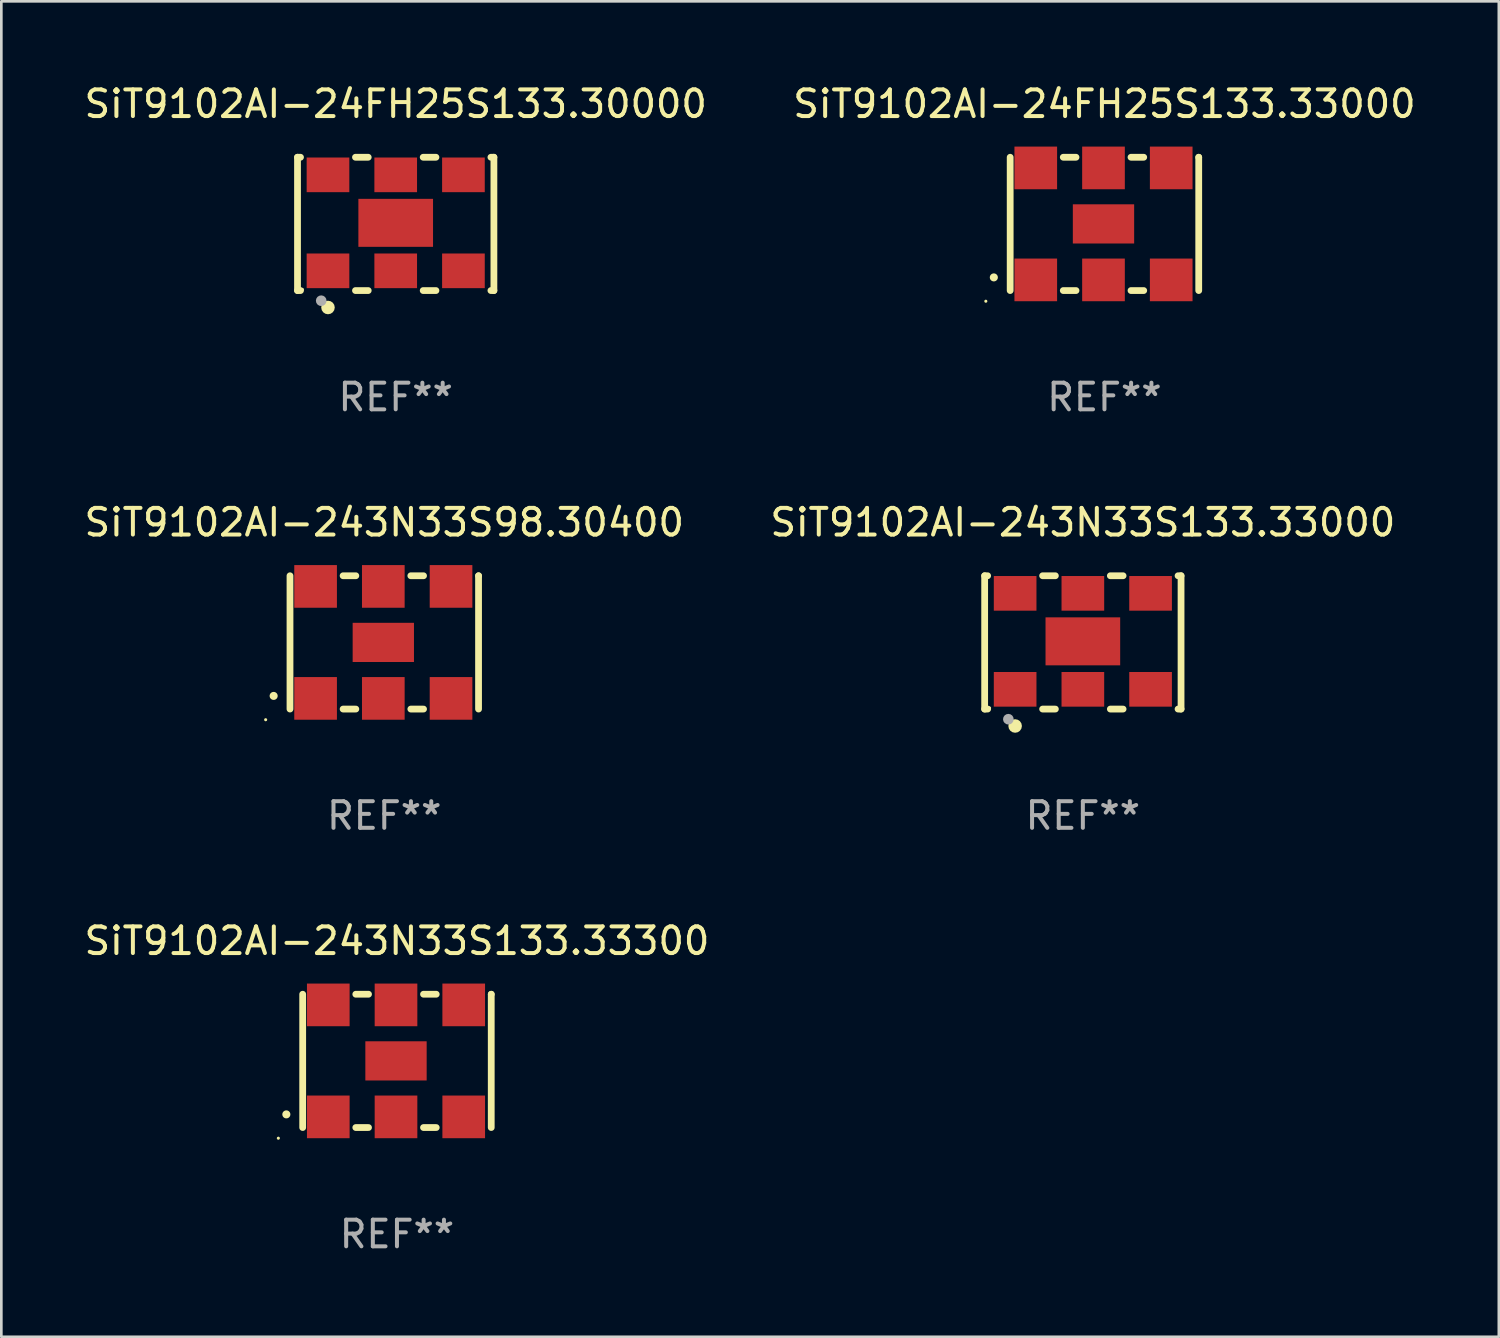
<source format=kicad_pcb>
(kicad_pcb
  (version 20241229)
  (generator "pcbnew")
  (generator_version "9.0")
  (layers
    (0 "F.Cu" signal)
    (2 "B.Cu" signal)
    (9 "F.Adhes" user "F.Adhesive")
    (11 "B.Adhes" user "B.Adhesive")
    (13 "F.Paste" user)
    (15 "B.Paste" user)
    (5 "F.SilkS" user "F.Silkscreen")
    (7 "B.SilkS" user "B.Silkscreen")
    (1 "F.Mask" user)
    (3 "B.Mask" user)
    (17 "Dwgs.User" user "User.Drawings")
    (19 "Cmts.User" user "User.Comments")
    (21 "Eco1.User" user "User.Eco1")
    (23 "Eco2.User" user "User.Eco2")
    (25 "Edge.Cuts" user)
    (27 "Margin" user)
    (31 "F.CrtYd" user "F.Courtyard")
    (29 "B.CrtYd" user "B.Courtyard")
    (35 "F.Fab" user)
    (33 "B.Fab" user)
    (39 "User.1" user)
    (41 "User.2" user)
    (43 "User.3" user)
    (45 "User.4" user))
  (footprint "SiT9102AI-24FH25S133.30000"
    (layer "F.Cu")
    (at 11.792 5.348)
    (property "Reference" "SiT9102AI-24FH25S133.30000" (at 0 -4.5 0) (layer "F.SilkS") (effects (font (size 1 1) (thickness 0.15))))
    (attr through_hole)
    (fp_line (start -3.683 -2.5) (end -3.571 -2.5) (stroke (width 0.254) (type solid)) (layer "F.SilkS"))
    (fp_line (start -3.683 2.5) (end -3.683 -2.5) (stroke (width 0.254) (type solid)) (layer "F.SilkS"))
    (fp_line (start -3.683 2.5) (end -3.571 2.5) (stroke (width 0.254) (type solid)) (layer "F.SilkS"))
    (fp_line (start -1.509 -2.5) (end -1.031 -2.5) (stroke (width 0.254) (type solid)) (layer "F.SilkS"))
    (fp_line (start -1.509 2.5) (end -1.031 2.5) (stroke (width 0.254) (type solid)) (layer "F.SilkS"))
    (fp_line (start 1.031 -2.5) (end 1.509 -2.5) (stroke (width 0.254) (type solid)) (layer "F.SilkS"))
    (fp_line (start 1.031 2.5) (end 1.509 2.5) (stroke (width 0.254) (type solid)) (layer "F.SilkS"))
    (fp_line (start 3.571 -2.5) (end 3.683 -2.5) (stroke (width 0.254) (type solid)) (layer "F.SilkS"))
    (fp_line (start 3.571 2.5) (end 3.683 2.5) (stroke (width 0.254) (type solid)) (layer "F.SilkS"))
    (fp_line (start 3.683 2.5) (end 3.683 -2.5) (stroke (width 0.254) (type solid)) (layer "F.SilkS"))
    (fp_circle (center -3.5 2.46) (end -3.47 2.46) (stroke (width 0.06) (type solid)) (fill no) (layer "F.SilkS"))
    (fp_circle (center -2.54 3.135) (end -2.413 3.135) (stroke (width 0.254) (type solid)) (fill no) (layer "F.SilkS"))
    (fp_circle (center -2.794 2.881) (end -2.694 2.881) (stroke (width 0.2) (type solid)) (fill no) (layer "F.Fab"))
    (fp_text user "REF**" (at 0 6.5 0) (layer "F.Fab") (effects (font (size 1 1) (thickness 0.15))))
    (pad "1" smd rect (at -2.54 1.76) (size 1.6 1.3) (layers "F.Cu" "F.Mask" "F.Paste"))
    (pad "2" smd rect (at 0 1.76) (size 1.6 1.3) (layers "F.Cu" "F.Mask" "F.Paste"))
    (pad "3" smd rect (at 2.54 1.76) (size 1.6 1.3) (layers "F.Cu" "F.Mask" "F.Paste"))
    (pad "4" smd rect (at 2.54 -1.84) (size 1.6 1.3) (layers "F.Cu" "F.Mask" "F.Paste"))
    (pad "5" smd rect (at 0 -1.84) (size 1.6 1.3) (layers "F.Cu" "F.Mask" "F.Paste"))
    (pad "6" smd rect (at -2.54 -1.84) (size 1.6 1.3) (layers "F.Cu" "F.Mask" "F.Paste"))
    (pad "7" smd rect (at 0 -0.04) (size 2.8 1.8) (layers "F.Cu" "F.Mask" "F.Paste")))
  (footprint "SiT9102AI-24FH25S133.33000"
    (layer "F.Cu")
    (at 38.375 5.348)
    (property "Reference" "SiT9102AI-24FH25S133.33000" (at 0 -4.5 0) (layer "F.SilkS") (effects (font (size 1 1) (thickness 0.15))))
    (attr through_hole)
    (fp_line (start -3.536 -2.5) (end -3.536 2.5) (stroke (width 0.254) (type solid)) (layer "F.SilkS"))
    (fp_line (start -1.544 2.5) (end -1.067 2.5) (stroke (width 0.254) (type solid)) (layer "F.SilkS"))
    (fp_line (start -1.067 -2.5) (end -1.544 -2.5) (stroke (width 0.254) (type solid)) (layer "F.SilkS"))
    (fp_line (start 0.996 2.5) (end 1.473 2.5) (stroke (width 0.254) (type solid)) (layer "F.SilkS"))
    (fp_line (start 1.473 -2.5) (end 0.996 -2.5) (stroke (width 0.254) (type solid)) (layer "F.SilkS"))
    (fp_line (start 3.536 -2.5) (end 3.536 -2.5) (stroke (width 0.254) (type solid)) (layer "F.SilkS"))
    (fp_line (start 3.536 2.5) (end 3.536 -2.5) (stroke (width 0.254) (type solid)) (layer "F.SilkS"))
    (fp_arc (start -4.150432 2.006604) (mid -4.149162 2.006599) (end -4.147892 2.006604) (stroke (width 0.3) (type solid)) (layer "F.SilkS"))
    (fp_circle (center -4.449 2.9) (end -4.419 2.9) (stroke (width 0.06) (type solid)) (fill no) (layer "F.SilkS"))
    (fp_text user "REF**" (at 0 6.5 0) (layer "F.Fab") (effects (font (size 1 1) (thickness 0.15))))
    (pad "1" smd rect (at -2.576 2.1) (size 1.6 1.6) (layers "F.Cu" "F.Mask" "F.Paste"))
    (pad "2" smd rect (at -0.036 2.1) (size 1.6 1.6) (layers "F.Cu" "F.Mask" "F.Paste"))
    (pad "3" smd rect (at 2.504 2.1) (size 1.6 1.6) (layers "F.Cu" "F.Mask" "F.Paste"))
    (pad "4" smd rect (at 2.504 -2.1) (size 1.6 1.6) (layers "F.Cu" "F.Mask" "F.Paste"))
    (pad "5" smd rect (at -0.036 -2.1) (size 1.6 1.6) (layers "F.Cu" "F.Mask" "F.Paste"))
    (pad "6" smd rect (at -2.576 -2.1) (size 1.6 1.6) (layers "F.Cu" "F.Mask" "F.Paste"))
    (pad "7" smd rect (at -0.036 0) (size 2.3 1.47) (layers "F.Cu" "F.Mask" "F.Paste")))
  (footprint "SiT9102AI-243N33S98.30400"
    (layer "F.Cu")
    (at 11.363 21.045)
    (property "Reference" "SiT9102AI-243N33S98.30400" (at 0 -4.5 0) (layer "F.SilkS") (effects (font (size 1 1) (thickness 0.15))))
    (attr through_hole)
    (fp_line (start -3.536 -2.5) (end -3.536 2.5) (stroke (width 0.254) (type solid)) (layer "F.SilkS"))
    (fp_line (start -1.544 2.5) (end -1.067 2.5) (stroke (width 0.254) (type solid)) (layer "F.SilkS"))
    (fp_line (start -1.067 -2.5) (end -1.544 -2.5) (stroke (width 0.254) (type solid)) (layer "F.SilkS"))
    (fp_line (start 0.996 2.5) (end 1.473 2.5) (stroke (width 0.254) (type solid)) (layer "F.SilkS"))
    (fp_line (start 1.473 -2.5) (end 0.996 -2.5) (stroke (width 0.254) (type solid)) (layer "F.SilkS"))
    (fp_line (start 3.536 -2.5) (end 3.536 -2.5) (stroke (width 0.254) (type solid)) (layer "F.SilkS"))
    (fp_line (start 3.536 2.5) (end 3.536 -2.5) (stroke (width 0.254) (type solid)) (layer "F.SilkS"))
    (fp_arc (start -4.150432 2.006604) (mid -4.149162 2.006599) (end -4.147892 2.006604) (stroke (width 0.3) (type solid)) (layer "F.SilkS"))
    (fp_circle (center -4.449 2.9) (end -4.419 2.9) (stroke (width 0.06) (type solid)) (fill no) (layer "F.SilkS"))
    (fp_text user "REF**" (at 0 6.5 0) (layer "F.Fab") (effects (font (size 1 1) (thickness 0.15))))
    (pad "1" smd rect (at -2.576 2.1) (size 1.6 1.6) (layers "F.Cu" "F.Mask" "F.Paste"))
    (pad "2" smd rect (at -0.036 2.1) (size 1.6 1.6) (layers "F.Cu" "F.Mask" "F.Paste"))
    (pad "3" smd rect (at 2.504 2.1) (size 1.6 1.6) (layers "F.Cu" "F.Mask" "F.Paste"))
    (pad "4" smd rect (at 2.504 -2.1) (size 1.6 1.6) (layers "F.Cu" "F.Mask" "F.Paste"))
    (pad "5" smd rect (at -0.036 -2.1) (size 1.6 1.6) (layers "F.Cu" "F.Mask" "F.Paste"))
    (pad "6" smd rect (at -2.576 -2.1) (size 1.6 1.6) (layers "F.Cu" "F.Mask" "F.Paste"))
    (pad "7" smd rect (at -0.036 0) (size 2.3 1.47) (layers "F.Cu" "F.Mask" "F.Paste")))
  (footprint "SiT9102AI-243N33S133.33300"
    (layer "F.Cu")
    (at 11.839 36.741)
    (property "Reference" "SiT9102AI-243N33S133.33300" (at 0 -4.5 0) (layer "F.SilkS") (effects (font (size 1 1) (thickness 0.15))))
    (attr through_hole)
    (fp_line (start -3.536 -2.5) (end -3.536 2.5) (stroke (width 0.254) (type solid)) (layer "F.SilkS"))
    (fp_line (start -1.544 2.5) (end -1.067 2.5) (stroke (width 0.254) (type solid)) (layer "F.SilkS"))
    (fp_line (start -1.067 -2.5) (end -1.544 -2.5) (stroke (width 0.254) (type solid)) (layer "F.SilkS"))
    (fp_line (start 0.996 2.5) (end 1.473 2.5) (stroke (width 0.254) (type solid)) (layer "F.SilkS"))
    (fp_line (start 1.473 -2.5) (end 0.996 -2.5) (stroke (width 0.254) (type solid)) (layer "F.SilkS"))
    (fp_line (start 3.536 -2.5) (end 3.536 -2.5) (stroke (width 0.254) (type solid)) (layer "F.SilkS"))
    (fp_line (start 3.536 2.5) (end 3.536 -2.5) (stroke (width 0.254) (type solid)) (layer "F.SilkS"))
    (fp_arc (start -4.150432 2.006604) (mid -4.149162 2.006599) (end -4.147892 2.006604) (stroke (width 0.3) (type solid)) (layer "F.SilkS"))
    (fp_circle (center -4.449 2.9) (end -4.419 2.9) (stroke (width 0.06) (type solid)) (fill no) (layer "F.SilkS"))
    (fp_text user "REF**" (at 0 6.5 0) (layer "F.Fab") (effects (font (size 1 1) (thickness 0.15))))
    (pad "1" smd rect (at -2.576 2.1) (size 1.6 1.6) (layers "F.Cu" "F.Mask" "F.Paste"))
    (pad "2" smd rect (at -0.036 2.1) (size 1.6 1.6) (layers "F.Cu" "F.Mask" "F.Paste"))
    (pad "3" smd rect (at 2.504 2.1) (size 1.6 1.6) (layers "F.Cu" "F.Mask" "F.Paste"))
    (pad "4" smd rect (at 2.504 -2.1) (size 1.6 1.6) (layers "F.Cu" "F.Mask" "F.Paste"))
    (pad "5" smd rect (at -0.036 -2.1) (size 1.6 1.6) (layers "F.Cu" "F.Mask" "F.Paste"))
    (pad "6" smd rect (at -2.576 -2.1) (size 1.6 1.6) (layers "F.Cu" "F.Mask" "F.Paste"))
    (pad "7" smd rect (at -0.036 0) (size 2.3 1.47) (layers "F.Cu" "F.Mask" "F.Paste")))
  (footprint "SiT9102AI-243N33S133.33000"
    (layer "F.Cu")
    (at 37.565 21.045)
    (property "Reference" "SiT9102AI-243N33S133.33000" (at 0 -4.5 0) (layer "F.SilkS") (effects (font (size 1 1) (thickness 0.15))))
    (attr through_hole)
    (fp_line (start -3.683 -2.5) (end -3.571 -2.5) (stroke (width 0.254) (type solid)) (layer "F.SilkS"))
    (fp_line (start -3.683 2.5) (end -3.683 -2.5) (stroke (width 0.254) (type solid)) (layer "F.SilkS"))
    (fp_line (start -3.683 2.5) (end -3.571 2.5) (stroke (width 0.254) (type solid)) (layer "F.SilkS"))
    (fp_line (start -1.509 -2.5) (end -1.031 -2.5) (stroke (width 0.254) (type solid)) (layer "F.SilkS"))
    (fp_line (start -1.509 2.5) (end -1.031 2.5) (stroke (width 0.254) (type solid)) (layer "F.SilkS"))
    (fp_line (start 1.031 -2.5) (end 1.509 -2.5) (stroke (width 0.254) (type solid)) (layer "F.SilkS"))
    (fp_line (start 1.031 2.5) (end 1.509 2.5) (stroke (width 0.254) (type solid)) (layer "F.SilkS"))
    (fp_line (start 3.571 -2.5) (end 3.683 -2.5) (stroke (width 0.254) (type solid)) (layer "F.SilkS"))
    (fp_line (start 3.571 2.5) (end 3.683 2.5) (stroke (width 0.254) (type solid)) (layer "F.SilkS"))
    (fp_line (start 3.683 2.5) (end 3.683 -2.5) (stroke (width 0.254) (type solid)) (layer "F.SilkS"))
    (fp_circle (center -3.5 2.46) (end -3.47 2.46) (stroke (width 0.06) (type solid)) (fill no) (layer "F.SilkS"))
    (fp_circle (center -2.54 3.135) (end -2.413 3.135) (stroke (width 0.254) (type solid)) (fill no) (layer "F.SilkS"))
    (fp_circle (center -2.794 2.881) (end -2.694 2.881) (stroke (width 0.2) (type solid)) (fill no) (layer "F.Fab"))
    (fp_text user "REF**" (at 0 6.5 0) (layer "F.Fab") (effects (font (size 1 1) (thickness 0.15))))
    (pad "1" smd rect (at -2.54 1.76) (size 1.6 1.3) (layers "F.Cu" "F.Mask" "F.Paste"))
    (pad "2" smd rect (at 0 1.76) (size 1.6 1.3) (layers "F.Cu" "F.Mask" "F.Paste"))
    (pad "3" smd rect (at 2.54 1.76) (size 1.6 1.3) (layers "F.Cu" "F.Mask" "F.Paste"))
    (pad "4" smd rect (at 2.54 -1.84) (size 1.6 1.3) (layers "F.Cu" "F.Mask" "F.Paste"))
    (pad "5" smd rect (at 0 -1.84) (size 1.6 1.3) (layers "F.Cu" "F.Mask" "F.Paste"))
    (pad "6" smd rect (at -2.54 -1.84) (size 1.6 1.3) (layers "F.Cu" "F.Mask" "F.Paste"))
    (pad "7" smd rect (at 0 -0.04) (size 2.8 1.8) (layers "F.Cu" "F.Mask" "F.Paste")))
  (gr_rect
    (start -3 -3)
    (end 53.167 47.09)
    (stroke (width 0.1) (type default))
    (fill no)
    (layer "Edge.Cuts")))
</source>
